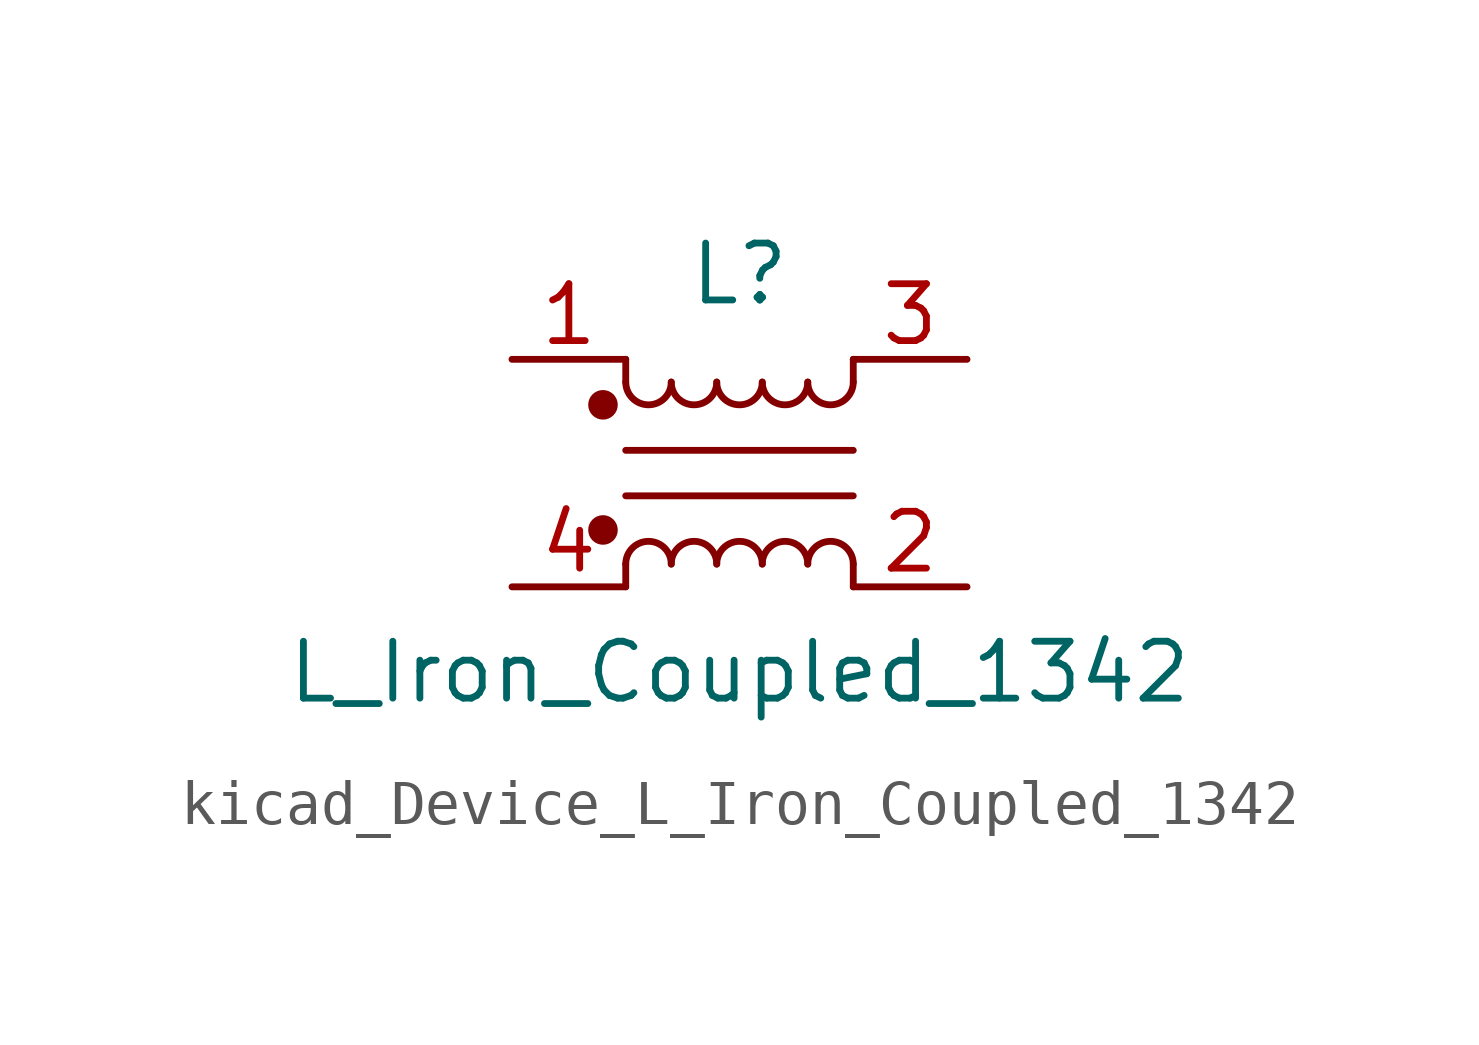
<source format=kicad_sym>
(kicad_symbol_lib
  (version 20220914)
  (generator kicad_symbol_editor)
  (symbol "kicad_Device_L_Iron_Coupled_1342"
    (pin_names
      (offset 0.254) hide)
    (property "Reference" "L"
      (at 0 4.445 0)
      (effects (font (size 1.27 1.27))))
    (property "Value" "L_Iron_Coupled_1342"
      (at 0 -4.445 0)
      (effects (font (size 1.27 1.27))))
    (symbol "kicad_Device_L_Iron_Coupled_1342_0_1"
      (circle (center -3.048 -1.27) (radius 0.254) (stroke (width 0) (type default)) (fill (type outline)))
      (circle (center -3.048 1.524) (radius 0.254) (stroke (width 0) (type default)) (fill (type outline)))
      (arc (start -2.54 2.032) (mid -2.032 1.5262) (end -1.524 2.032) (stroke (width 0) (type default)) (fill (type none)))
      (arc (start -1.524 -2.032) (mid -2.032 -1.5262) (end -2.54 -2.032) (stroke (width 0) (type default)) (fill (type none)))
      (arc (start -1.524 2.032) (mid -1.016 1.5262) (end -0.508 2.032) (stroke (width 0) (type default)) (fill (type none)))
      (arc (start -0.508 -2.032) (mid -1.016 -1.5262) (end -1.524 -2.032) (stroke (width 0) (type default)) (fill (type none)))
      (arc (start -0.508 2.032) (mid 0 1.5262) (end 0.508 2.032) (stroke (width 0) (type default)) (fill (type none)))
      (polyline (pts (xy -2.54 -2.032) (xy -2.54 -2.54)) (stroke (width 0) (type default)) (fill (type none)))
      (polyline (pts (xy -2.54 0.508) (xy 2.54 0.508)) (stroke (width 0) (type default)) (fill (type none)))
      (polyline (pts (xy -2.54 2.032) (xy -2.54 2.54)) (stroke (width 0) (type default)) (fill (type none)))
      (polyline (pts (xy 2.54 -2.032) (xy 2.54 -2.54)) (stroke (width 0) (type default)) (fill (type none)))
      (polyline (pts (xy 2.54 -0.508) (xy -2.54 -0.508)) (stroke (width 0) (type default)) (fill (type none)))
      (polyline (pts (xy 2.54 2.54) (xy 2.54 2.032)) (stroke (width 0) (type default)) (fill (type none)))
      (arc (start 0.508 -2.032) (mid 0 -1.5262) (end -0.508 -2.032) (stroke (width 0) (type default)) (fill (type none)))
      (arc (start 0.508 2.032) (mid 1.016 1.5262) (end 1.524 2.032) (stroke (width 0) (type default)) (fill (type none)))
      (arc (start 1.524 -2.032) (mid 1.016 -1.5262) (end 0.508 -2.032) (stroke (width 0) (type default)) (fill (type none)))
      (arc (start 1.524 2.032) (mid 2.032 1.5262) (end 2.54 2.032) (stroke (width 0) (type default)) (fill (type none)))
      (arc (start 2.54 -2.032) (mid 2.032 -1.5262) (end 1.524 -2.032) (stroke (width 0) (type default)) (fill (type none))))
    (symbol "kicad_Device_L_Iron_Coupled_1342_1_1"
      (pin passive line (at -5.08 2.54 0) (length 2.54) (name "1" (effects (font (size 1.27 1.27)))) (number "1" (effects (font (size 1.27 1.27)))))
      (pin passive line (at 5.08 -2.54 180) (length 2.54) (name "2" (effects (font (size 1.27 1.27)))) (number "2" (effects (font (size 1.27 1.27)))))
      (pin passive line (at 5.08 2.54 180) (length 2.54) (name "3" (effects (font (size 1.27 1.27)))) (number "3" (effects (font (size 1.27 1.27)))))
      (pin passive line (at -5.08 -2.54 0) (length 2.54) (name "4" (effects (font (size 1.27 1.27)))) (number "4" (effects (font (size 1.27 1.27))))))))
</source>
